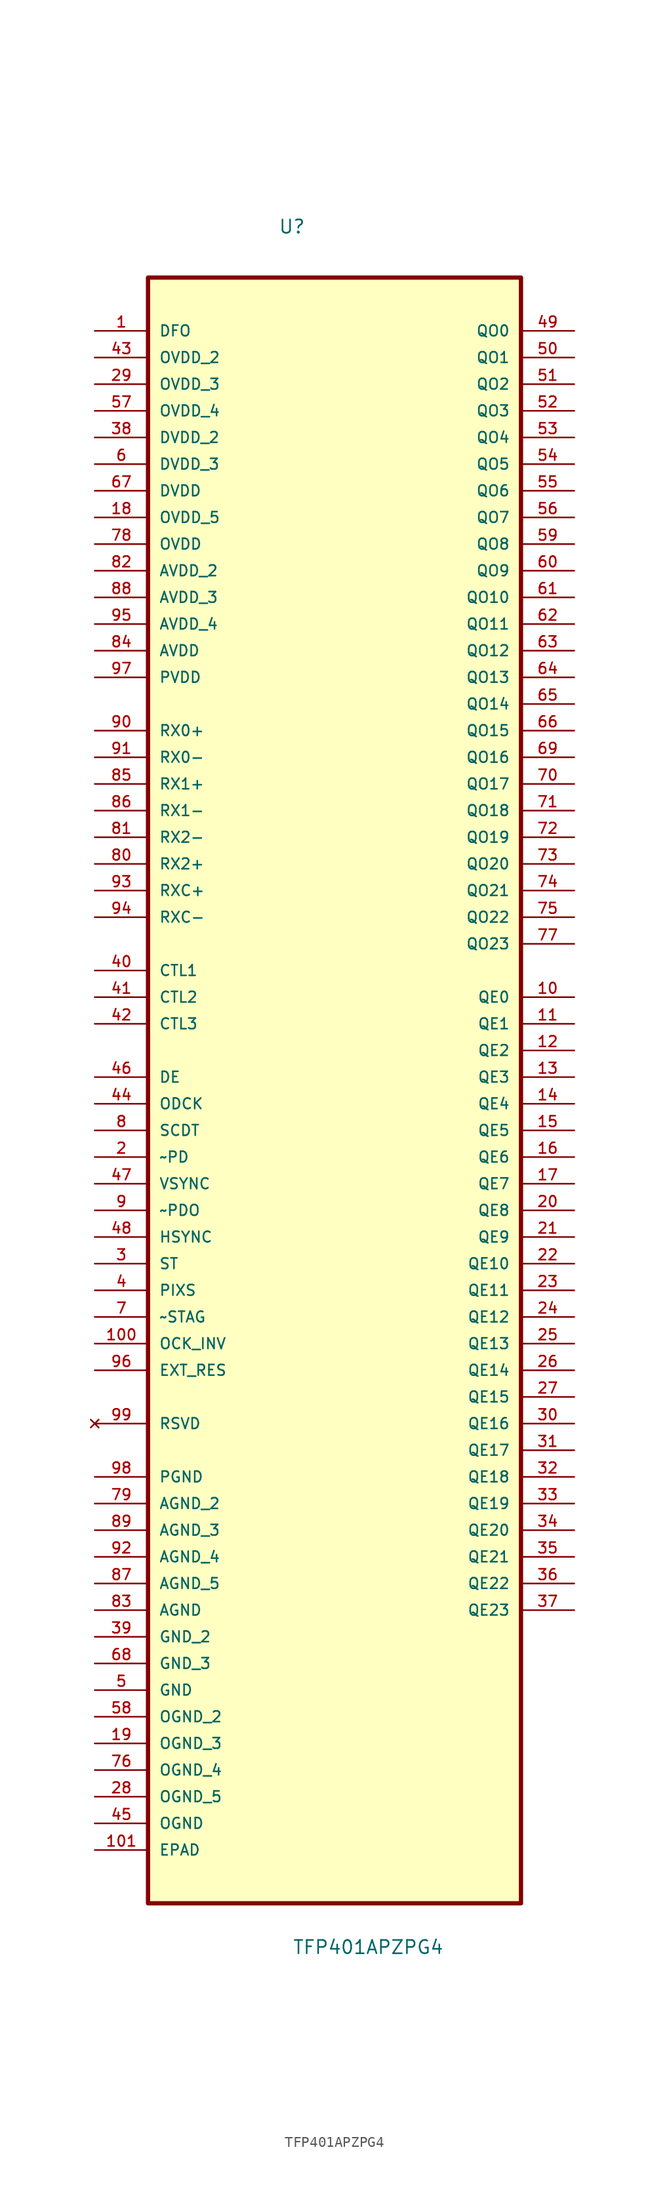
<source format=kicad_sym>
(kicad_symbol_lib
  (version 20231120)
  (generator "kicad_symbol_editor")
  (generator_version "8.0")
  (symbol "TFP401APZPG4"
    (pin_names
      (offset 1.016))
    (property "Reference" "U"
      (at -5.364 77.766 0)
      (effects (font (size 1.27 1.27)) (justify left bottom)))
    (property "Value" "TFP401APZPG4"
      (at -4.019 -86.206 0)
      (effects (font (size 1.27 1.27)) (justify left bottom)))
    (symbol "TFP401APZPG4_0_0"
      (rectangle (start -17.78 -81.28) (end 17.78 73.66) (stroke (width 0.406) (type default)) (fill (type background)))
      (pin input line (at -22.86 68.58 0) (length 5.08) (name "DFO" (effects (font (size 1.016 1.016)))) (number "1" (effects (font (size 1.016 1.016)))))
      (pin output line (at 22.86 5.08 180) (length 5.08) (name "QE0" (effects (font (size 1.016 1.016)))) (number "10" (effects (font (size 1.016 1.016)))))
      (pin input line (at -22.86 -27.94 0) (length 5.08) (name "OCK_INV" (effects (font (size 1.016 1.016)))) (number "100" (effects (font (size 1.016 1.016)))))
      (pin passive line (at -22.86 -76.2 0) (length 5.08) (name "EPAD" (effects (font (size 1.016 1.016)))) (number "101" (effects (font (size 1.016 1.016)))))
      (pin output line (at 22.86 2.54 180) (length 5.08) (name "QE1" (effects (font (size 1.016 1.016)))) (number "11" (effects (font (size 1.016 1.016)))))
      (pin output line (at 22.86 0 180) (length 5.08) (name "QE2" (effects (font (size 1.016 1.016)))) (number "12" (effects (font (size 1.016 1.016)))))
      (pin output line (at 22.86 -2.54 180) (length 5.08) (name "QE3" (effects (font (size 1.016 1.016)))) (number "13" (effects (font (size 1.016 1.016)))))
      (pin output line (at 22.86 -5.08 180) (length 5.08) (name "QE4" (effects (font (size 1.016 1.016)))) (number "14" (effects (font (size 1.016 1.016)))))
      (pin output line (at 22.86 -7.62 180) (length 5.08) (name "QE5" (effects (font (size 1.016 1.016)))) (number "15" (effects (font (size 1.016 1.016)))))
      (pin output line (at 22.86 -10.16 180) (length 5.08) (name "QE6" (effects (font (size 1.016 1.016)))) (number "16" (effects (font (size 1.016 1.016)))))
      (pin output line (at 22.86 -12.7 180) (length 5.08) (name "QE7" (effects (font (size 1.016 1.016)))) (number "17" (effects (font (size 1.016 1.016)))))
      (pin power_in line (at -22.86 50.8 0) (length 5.08) (name "OVDD_5" (effects (font (size 1.016 1.016)))) (number "18" (effects (font (size 1.016 1.016)))))
      (pin passive line (at -22.86 -66.04 0) (length 5.08) (name "OGND_3" (effects (font (size 1.016 1.016)))) (number "19" (effects (font (size 1.016 1.016)))))
      (pin input line (at -22.86 -10.16 0) (length 5.08) (name "~PD" (effects (font (size 1.016 1.016)))) (number "2" (effects (font (size 1.016 1.016)))))
      (pin output line (at 22.86 -15.24 180) (length 5.08) (name "QE8" (effects (font (size 1.016 1.016)))) (number "20" (effects (font (size 1.016 1.016)))))
      (pin output line (at 22.86 -17.78 180) (length 5.08) (name "QE9" (effects (font (size 1.016 1.016)))) (number "21" (effects (font (size 1.016 1.016)))))
      (pin output line (at 22.86 -20.32 180) (length 5.08) (name "QE10" (effects (font (size 1.016 1.016)))) (number "22" (effects (font (size 1.016 1.016)))))
      (pin output line (at 22.86 -22.86 180) (length 5.08) (name "QE11" (effects (font (size 1.016 1.016)))) (number "23" (effects (font (size 1.016 1.016)))))
      (pin output line (at 22.86 -25.4 180) (length 5.08) (name "QE12" (effects (font (size 1.016 1.016)))) (number "24" (effects (font (size 1.016 1.016)))))
      (pin output line (at 22.86 -27.94 180) (length 5.08) (name "QE13" (effects (font (size 1.016 1.016)))) (number "25" (effects (font (size 1.016 1.016)))))
      (pin output line (at 22.86 -30.48 180) (length 5.08) (name "QE14" (effects (font (size 1.016 1.016)))) (number "26" (effects (font (size 1.016 1.016)))))
      (pin output line (at 22.86 -33.02 180) (length 5.08) (name "QE15" (effects (font (size 1.016 1.016)))) (number "27" (effects (font (size 1.016 1.016)))))
      (pin passive line (at -22.86 -71.12 0) (length 5.08) (name "OGND_5" (effects (font (size 1.016 1.016)))) (number "28" (effects (font (size 1.016 1.016)))))
      (pin power_in line (at -22.86 63.5 0) (length 5.08) (name "OVDD_3" (effects (font (size 1.016 1.016)))) (number "29" (effects (font (size 1.016 1.016)))))
      (pin input line (at -22.86 -20.32 0) (length 5.08) (name "ST" (effects (font (size 1.016 1.016)))) (number "3" (effects (font (size 1.016 1.016)))))
      (pin output line (at 22.86 -35.56 180) (length 5.08) (name "QE16" (effects (font (size 1.016 1.016)))) (number "30" (effects (font (size 1.016 1.016)))))
      (pin output line (at 22.86 -38.1 180) (length 5.08) (name "QE17" (effects (font (size 1.016 1.016)))) (number "31" (effects (font (size 1.016 1.016)))))
      (pin output line (at 22.86 -40.64 180) (length 5.08) (name "QE18" (effects (font (size 1.016 1.016)))) (number "32" (effects (font (size 1.016 1.016)))))
      (pin output line (at 22.86 -43.18 180) (length 5.08) (name "QE19" (effects (font (size 1.016 1.016)))) (number "33" (effects (font (size 1.016 1.016)))))
      (pin output line (at 22.86 -45.72 180) (length 5.08) (name "QE20" (effects (font (size 1.016 1.016)))) (number "34" (effects (font (size 1.016 1.016)))))
      (pin output line (at 22.86 -48.26 180) (length 5.08) (name "QE21" (effects (font (size 1.016 1.016)))) (number "35" (effects (font (size 1.016 1.016)))))
      (pin output line (at 22.86 -50.8 180) (length 5.08) (name "QE22" (effects (font (size 1.016 1.016)))) (number "36" (effects (font (size 1.016 1.016)))))
      (pin output line (at 22.86 -53.34 180) (length 5.08) (name "QE23" (effects (font (size 1.016 1.016)))) (number "37" (effects (font (size 1.016 1.016)))))
      (pin power_in line (at -22.86 58.42 0) (length 5.08) (name "DVDD_2" (effects (font (size 1.016 1.016)))) (number "38" (effects (font (size 1.016 1.016)))))
      (pin passive line (at -22.86 -55.88 0) (length 5.08) (name "GND_2" (effects (font (size 1.016 1.016)))) (number "39" (effects (font (size 1.016 1.016)))))
      (pin input line (at -22.86 -22.86 0) (length 5.08) (name "PIXS" (effects (font (size 1.016 1.016)))) (number "4" (effects (font (size 1.016 1.016)))))
      (pin output line (at -22.86 7.62 0) (length 5.08) (name "CTL1" (effects (font (size 1.016 1.016)))) (number "40" (effects (font (size 1.016 1.016)))))
      (pin output line (at -22.86 5.08 0) (length 5.08) (name "CTL2" (effects (font (size 1.016 1.016)))) (number "41" (effects (font (size 1.016 1.016)))))
      (pin output line (at -22.86 2.54 0) (length 5.08) (name "CTL3" (effects (font (size 1.016 1.016)))) (number "42" (effects (font (size 1.016 1.016)))))
      (pin power_in line (at -22.86 66.04 0) (length 5.08) (name "OVDD_2" (effects (font (size 1.016 1.016)))) (number "43" (effects (font (size 1.016 1.016)))))
      (pin output line (at -22.86 -5.08 0) (length 5.08) (name "ODCK" (effects (font (size 1.016 1.016)))) (number "44" (effects (font (size 1.016 1.016)))))
      (pin passive line (at -22.86 -73.66 0) (length 5.08) (name "OGND" (effects (font (size 1.016 1.016)))) (number "45" (effects (font (size 1.016 1.016)))))
      (pin output line (at -22.86 -2.54 0) (length 5.08) (name "DE" (effects (font (size 1.016 1.016)))) (number "46" (effects (font (size 1.016 1.016)))))
      (pin output line (at -22.86 -12.7 0) (length 5.08) (name "VSYNC" (effects (font (size 1.016 1.016)))) (number "47" (effects (font (size 1.016 1.016)))))
      (pin output line (at -22.86 -17.78 0) (length 5.08) (name "HSYNC" (effects (font (size 1.016 1.016)))) (number "48" (effects (font (size 1.016 1.016)))))
      (pin output line (at 22.86 68.58 180) (length 5.08) (name "QO0" (effects (font (size 1.016 1.016)))) (number "49" (effects (font (size 1.016 1.016)))))
      (pin passive line (at -22.86 -60.96 0) (length 5.08) (name "GND" (effects (font (size 1.016 1.016)))) (number "5" (effects (font (size 1.016 1.016)))))
      (pin output line (at 22.86 66.04 180) (length 5.08) (name "QO1" (effects (font (size 1.016 1.016)))) (number "50" (effects (font (size 1.016 1.016)))))
      (pin output line (at 22.86 63.5 180) (length 5.08) (name "QO2" (effects (font (size 1.016 1.016)))) (number "51" (effects (font (size 1.016 1.016)))))
      (pin output line (at 22.86 60.96 180) (length 5.08) (name "QO3" (effects (font (size 1.016 1.016)))) (number "52" (effects (font (size 1.016 1.016)))))
      (pin output line (at 22.86 58.42 180) (length 5.08) (name "QO4" (effects (font (size 1.016 1.016)))) (number "53" (effects (font (size 1.016 1.016)))))
      (pin output line (at 22.86 55.88 180) (length 5.08) (name "QO5" (effects (font (size 1.016 1.016)))) (number "54" (effects (font (size 1.016 1.016)))))
      (pin output line (at 22.86 53.34 180) (length 5.08) (name "QO6" (effects (font (size 1.016 1.016)))) (number "55" (effects (font (size 1.016 1.016)))))
      (pin output line (at 22.86 50.8 180) (length 5.08) (name "QO7" (effects (font (size 1.016 1.016)))) (number "56" (effects (font (size 1.016 1.016)))))
      (pin power_in line (at -22.86 60.96 0) (length 5.08) (name "OVDD_4" (effects (font (size 1.016 1.016)))) (number "57" (effects (font (size 1.016 1.016)))))
      (pin passive line (at -22.86 -63.5 0) (length 5.08) (name "OGND_2" (effects (font (size 1.016 1.016)))) (number "58" (effects (font (size 1.016 1.016)))))
      (pin output line (at 22.86 48.26 180) (length 5.08) (name "QO8" (effects (font (size 1.016 1.016)))) (number "59" (effects (font (size 1.016 1.016)))))
      (pin power_in line (at -22.86 55.88 0) (length 5.08) (name "DVDD_3" (effects (font (size 1.016 1.016)))) (number "6" (effects (font (size 1.016 1.016)))))
      (pin output line (at 22.86 45.72 180) (length 5.08) (name "QO9" (effects (font (size 1.016 1.016)))) (number "60" (effects (font (size 1.016 1.016)))))
      (pin output line (at 22.86 43.18 180) (length 5.08) (name "QO10" (effects (font (size 1.016 1.016)))) (number "61" (effects (font (size 1.016 1.016)))))
      (pin output line (at 22.86 40.64 180) (length 5.08) (name "QO11" (effects (font (size 1.016 1.016)))) (number "62" (effects (font (size 1.016 1.016)))))
      (pin output line (at 22.86 38.1 180) (length 5.08) (name "QO12" (effects (font (size 1.016 1.016)))) (number "63" (effects (font (size 1.016 1.016)))))
      (pin output line (at 22.86 35.56 180) (length 5.08) (name "QO13" (effects (font (size 1.016 1.016)))) (number "64" (effects (font (size 1.016 1.016)))))
      (pin output line (at 22.86 33.02 180) (length 5.08) (name "QO14" (effects (font (size 1.016 1.016)))) (number "65" (effects (font (size 1.016 1.016)))))
      (pin output line (at 22.86 30.48 180) (length 5.08) (name "QO15" (effects (font (size 1.016 1.016)))) (number "66" (effects (font (size 1.016 1.016)))))
      (pin power_in line (at -22.86 53.34 0) (length 5.08) (name "DVDD" (effects (font (size 1.016 1.016)))) (number "67" (effects (font (size 1.016 1.016)))))
      (pin passive line (at -22.86 -58.42 0) (length 5.08) (name "GND_3" (effects (font (size 1.016 1.016)))) (number "68" (effects (font (size 1.016 1.016)))))
      (pin output line (at 22.86 27.94 180) (length 5.08) (name "QO16" (effects (font (size 1.016 1.016)))) (number "69" (effects (font (size 1.016 1.016)))))
      (pin input line (at -22.86 -25.4 0) (length 5.08) (name "~STAG" (effects (font (size 1.016 1.016)))) (number "7" (effects (font (size 1.016 1.016)))))
      (pin output line (at 22.86 25.4 180) (length 5.08) (name "QO17" (effects (font (size 1.016 1.016)))) (number "70" (effects (font (size 1.016 1.016)))))
      (pin output line (at 22.86 22.86 180) (length 5.08) (name "QO18" (effects (font (size 1.016 1.016)))) (number "71" (effects (font (size 1.016 1.016)))))
      (pin output line (at 22.86 20.32 180) (length 5.08) (name "QO19" (effects (font (size 1.016 1.016)))) (number "72" (effects (font (size 1.016 1.016)))))
      (pin output line (at 22.86 17.78 180) (length 5.08) (name "QO20" (effects (font (size 1.016 1.016)))) (number "73" (effects (font (size 1.016 1.016)))))
      (pin output line (at 22.86 15.24 180) (length 5.08) (name "QO21" (effects (font (size 1.016 1.016)))) (number "74" (effects (font (size 1.016 1.016)))))
      (pin output line (at 22.86 12.7 180) (length 5.08) (name "QO22" (effects (font (size 1.016 1.016)))) (number "75" (effects (font (size 1.016 1.016)))))
      (pin passive line (at -22.86 -68.58 0) (length 5.08) (name "OGND_4" (effects (font (size 1.016 1.016)))) (number "76" (effects (font (size 1.016 1.016)))))
      (pin output line (at 22.86 10.16 180) (length 5.08) (name "QO23" (effects (font (size 1.016 1.016)))) (number "77" (effects (font (size 1.016 1.016)))))
      (pin power_in line (at -22.86 48.26 0) (length 5.08) (name "OVDD" (effects (font (size 1.016 1.016)))) (number "78" (effects (font (size 1.016 1.016)))))
      (pin passive line (at -22.86 -43.18 0) (length 5.08) (name "AGND_2" (effects (font (size 1.016 1.016)))) (number "79" (effects (font (size 1.016 1.016)))))
      (pin output line (at -22.86 -7.62 0) (length 5.08) (name "SCDT" (effects (font (size 1.016 1.016)))) (number "8" (effects (font (size 1.016 1.016)))))
      (pin input line (at -22.86 17.78 0) (length 5.08) (name "RX2+" (effects (font (size 1.016 1.016)))) (number "80" (effects (font (size 1.016 1.016)))))
      (pin input line (at -22.86 20.32 0) (length 5.08) (name "RX2-" (effects (font (size 1.016 1.016)))) (number "81" (effects (font (size 1.016 1.016)))))
      (pin power_in line (at -22.86 45.72 0) (length 5.08) (name "AVDD_2" (effects (font (size 1.016 1.016)))) (number "82" (effects (font (size 1.016 1.016)))))
      (pin passive line (at -22.86 -53.34 0) (length 5.08) (name "AGND" (effects (font (size 1.016 1.016)))) (number "83" (effects (font (size 1.016 1.016)))))
      (pin power_in line (at -22.86 38.1 0) (length 5.08) (name "AVDD" (effects (font (size 1.016 1.016)))) (number "84" (effects (font (size 1.016 1.016)))))
      (pin input line (at -22.86 25.4 0) (length 5.08) (name "RX1+" (effects (font (size 1.016 1.016)))) (number "85" (effects (font (size 1.016 1.016)))))
      (pin input line (at -22.86 22.86 0) (length 5.08) (name "RX1-" (effects (font (size 1.016 1.016)))) (number "86" (effects (font (size 1.016 1.016)))))
      (pin passive line (at -22.86 -50.8 0) (length 5.08) (name "AGND_5" (effects (font (size 1.016 1.016)))) (number "87" (effects (font (size 1.016 1.016)))))
      (pin power_in line (at -22.86 43.18 0) (length 5.08) (name "AVDD_3" (effects (font (size 1.016 1.016)))) (number "88" (effects (font (size 1.016 1.016)))))
      (pin passive line (at -22.86 -45.72 0) (length 5.08) (name "AGND_3" (effects (font (size 1.016 1.016)))) (number "89" (effects (font (size 1.016 1.016)))))
      (pin input line (at -22.86 -15.24 0) (length 5.08) (name "~PDO" (effects (font (size 1.016 1.016)))) (number "9" (effects (font (size 1.016 1.016)))))
      (pin input line (at -22.86 30.48 0) (length 5.08) (name "RX0+" (effects (font (size 1.016 1.016)))) (number "90" (effects (font (size 1.016 1.016)))))
      (pin input line (at -22.86 27.94 0) (length 5.08) (name "RX0-" (effects (font (size 1.016 1.016)))) (number "91" (effects (font (size 1.016 1.016)))))
      (pin passive line (at -22.86 -48.26 0) (length 5.08) (name "AGND_4" (effects (font (size 1.016 1.016)))) (number "92" (effects (font (size 1.016 1.016)))))
      (pin input line (at -22.86 15.24 0) (length 5.08) (name "RXC+" (effects (font (size 1.016 1.016)))) (number "93" (effects (font (size 1.016 1.016)))))
      (pin input line (at -22.86 12.7 0) (length 5.08) (name "RXC-" (effects (font (size 1.016 1.016)))) (number "94" (effects (font (size 1.016 1.016)))))
      (pin power_in line (at -22.86 40.64 0) (length 5.08) (name "AVDD_4" (effects (font (size 1.016 1.016)))) (number "95" (effects (font (size 1.016 1.016)))))
      (pin input line (at -22.86 -30.48 0) (length 5.08) (name "EXT_RES" (effects (font (size 1.016 1.016)))) (number "96" (effects (font (size 1.016 1.016)))))
      (pin power_in line (at -22.86 35.56 0) (length 5.08) (name "PVDD" (effects (font (size 1.016 1.016)))) (number "97" (effects (font (size 1.016 1.016)))))
      (pin passive line (at -22.86 -40.64 0) (length 5.08) (name "PGND" (effects (font (size 1.016 1.016)))) (number "98" (effects (font (size 1.016 1.016)))))
      (pin no_connect line (at -22.86 -35.56 0) (length 5.08) (name "RSVD" (effects (font (size 1.016 1.016)))) (number "99" (effects (font (size 1.016 1.016))))))))
</source>
